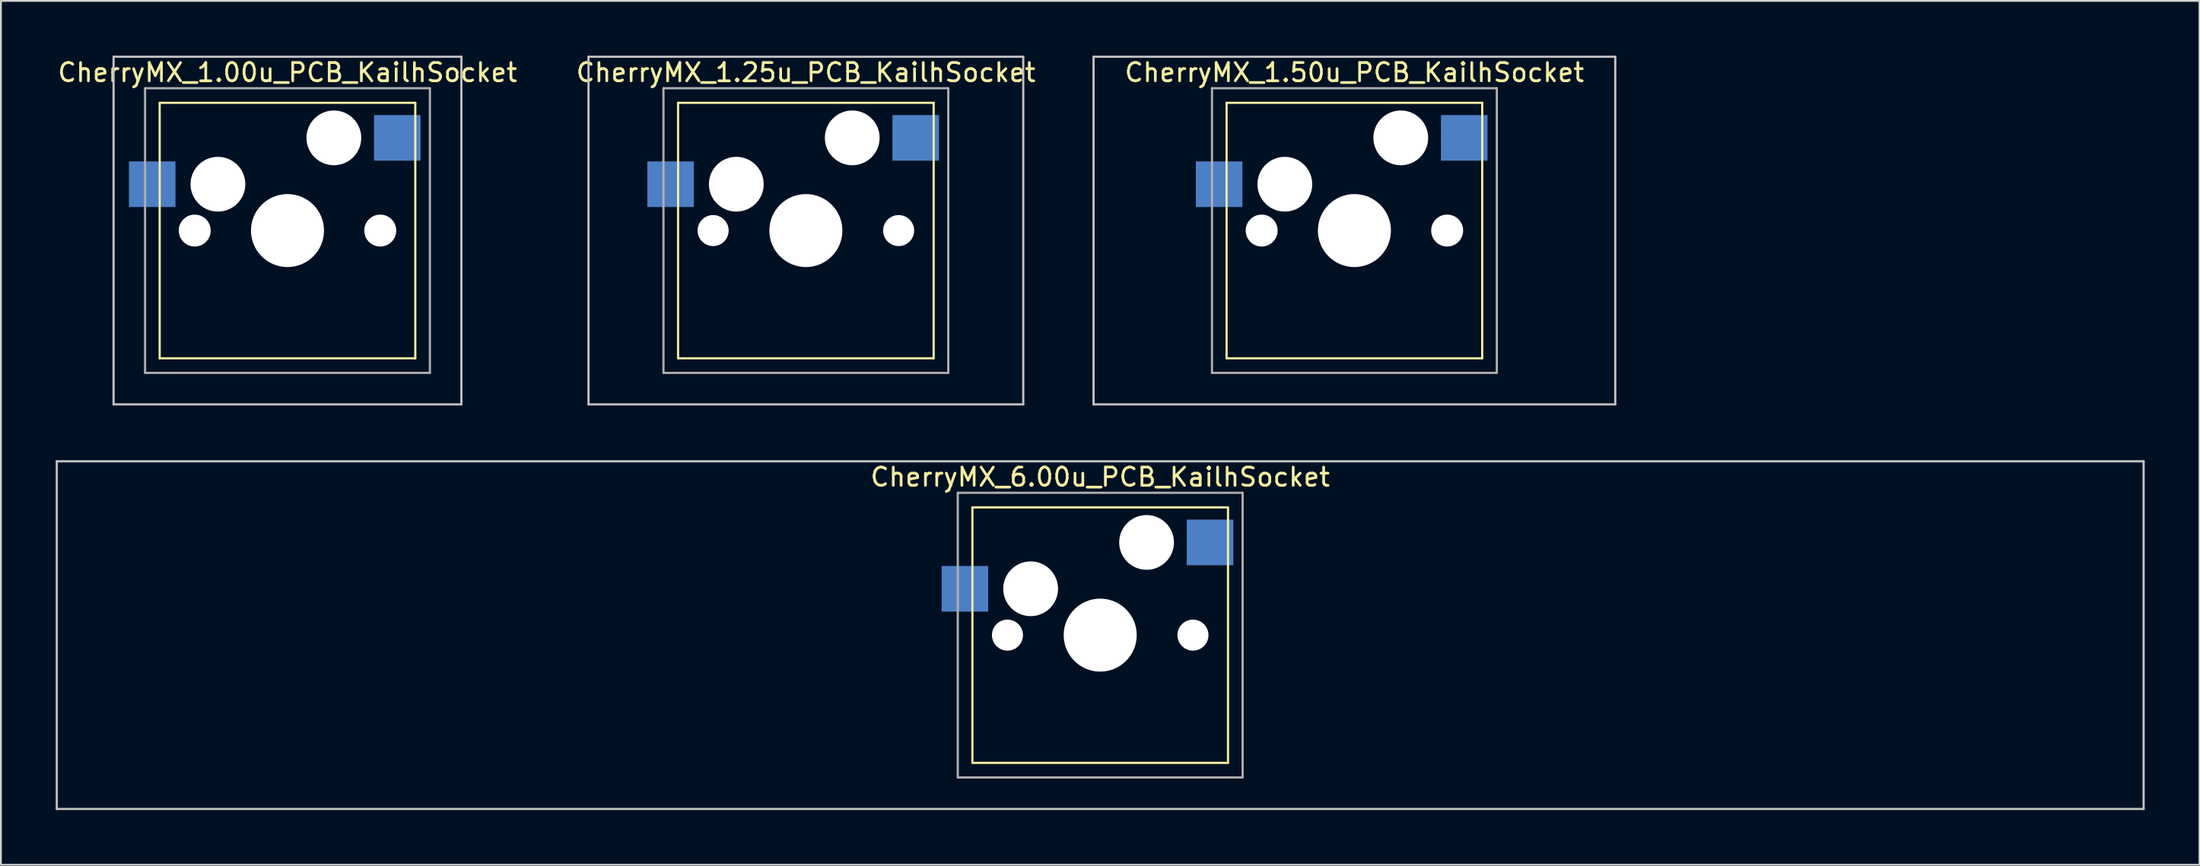
<source format=kicad_pcb>
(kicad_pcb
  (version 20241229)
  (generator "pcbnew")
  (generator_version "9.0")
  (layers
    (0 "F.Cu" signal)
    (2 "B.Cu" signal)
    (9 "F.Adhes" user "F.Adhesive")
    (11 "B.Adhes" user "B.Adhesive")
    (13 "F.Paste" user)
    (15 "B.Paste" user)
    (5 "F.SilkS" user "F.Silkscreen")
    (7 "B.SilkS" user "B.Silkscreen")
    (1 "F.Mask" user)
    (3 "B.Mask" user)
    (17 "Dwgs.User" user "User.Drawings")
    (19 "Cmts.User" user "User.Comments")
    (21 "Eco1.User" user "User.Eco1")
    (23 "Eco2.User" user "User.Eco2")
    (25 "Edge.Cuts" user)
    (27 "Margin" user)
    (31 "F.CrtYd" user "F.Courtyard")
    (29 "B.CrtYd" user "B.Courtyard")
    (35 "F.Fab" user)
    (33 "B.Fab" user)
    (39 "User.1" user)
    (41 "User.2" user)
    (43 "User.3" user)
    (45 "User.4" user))
  (footprint "CherryMX_1.00u_PCB_KailhSocket"
    (layer "F.Cu")
    (at 12.696 9.585)
    (property "Reference" "CherryMX_1.00u_PCB_KailhSocket" (at 0 -8.662 0) (layer "F.SilkS") (effects (font (size 1 1) (thickness 0.15))))
    (attr through_hole)
    (fp_line (start -7 -7) (end -7 7) (stroke (width 0.12) (type solid)) (layer "F.SilkS"))
    (fp_line (start -7 -7) (end 7 -7) (stroke (width 0.12) (type solid)) (layer "F.SilkS"))
    (fp_line (start 7 -7) (end 7 7) (stroke (width 0.12) (type solid)) (layer "F.SilkS"))
    (fp_line (start 7 7) (end -7 7) (stroke (width 0.12) (type solid)) (layer "F.SilkS"))
    (fp_line (start -9.525 -9.525) (end 9.525 -9.525) (stroke (width 0.12) (type solid)) (layer "Dwgs.User"))
    (fp_line (start -9.525 9.525) (end -9.525 -9.525) (stroke (width 0.12) (type solid)) (layer "Dwgs.User"))
    (fp_line (start 9.525 -9.525) (end 9.525 9.525) (stroke (width 0.12) (type solid)) (layer "Dwgs.User"))
    (fp_line (start 9.525 9.525) (end -9.525 9.525) (stroke (width 0.12) (type solid)) (layer "Dwgs.User"))
    (fp_line (start -7.8 -7.8) (end -7.8 7.8) (stroke (width 0.12) (type solid)) (layer "F.Fab"))
    (fp_line (start -7.8 -7.8) (end 7.8 -7.8) (stroke (width 0.12) (type solid)) (layer "F.Fab"))
    (fp_line (start -7.8 7.8) (end 7.8 7.8) (stroke (width 0.12) (type solid)) (layer "F.Fab"))
    (fp_line (start 7.8 -7.8) (end 7.8 7.8) (stroke (width 0.12) (type solid)) (layer "F.Fab"))
    (pad "" np_thru_hole circle (at -5.08 0) (size 1.75 1.75) (drill 1.75) (layers "*.Cu" "*.Mask"))
    (pad "" np_thru_hole circle (at -3.81 -2.54) (size 3 3) (drill 3) (layers "*.Cu" "*.Mask"))
    (pad "" np_thru_hole circle (at 0 0) (size 4 4) (drill 4) (layers "*.Cu" "*.Mask"))
    (pad "" np_thru_hole circle (at 2.54 -5.08) (size 3 3) (drill 3) (layers "*.Cu" "*.Mask"))
    (pad "" np_thru_hole circle (at 5.08 0) (size 1.75 1.75) (drill 1.75) (layers "*.Cu" "*.Mask"))
    (pad "1" smd rect (at -7.41 -2.54) (size 2.55 2.5) (layers "B.Cu" "B.Mask" "B.Paste"))
    (pad "2" smd rect (at 6.015 -5.08) (size 2.55 2.5) (layers "B.Cu" "B.Mask" "B.Paste")))
  (footprint "CherryMX_1.50u_PCB_KailhSocket"
    (layer "F.Cu")
    (at 71.133 9.585)
    (property "Reference" "CherryMX_1.50u_PCB_KailhSocket" (at 0 -8.662 0) (layer "F.SilkS") (effects (font (size 1 1) (thickness 0.15))))
    (attr through_hole)
    (fp_line (start -7 -7) (end -7 7) (stroke (width 0.12) (type solid)) (layer "F.SilkS"))
    (fp_line (start -7 -7) (end 7 -7) (stroke (width 0.12) (type solid)) (layer "F.SilkS"))
    (fp_line (start 7 -7) (end 7 7) (stroke (width 0.12) (type solid)) (layer "F.SilkS"))
    (fp_line (start 7 7) (end -7 7) (stroke (width 0.12) (type solid)) (layer "F.SilkS"))
    (fp_line (start -14.287 -9.525) (end 14.287 -9.525) (stroke (width 0.12) (type solid)) (layer "Dwgs.User"))
    (fp_line (start -14.287 9.525) (end -14.287 -9.525) (stroke (width 0.12) (type solid)) (layer "Dwgs.User"))
    (fp_line (start 14.287 -9.525) (end 14.287 9.525) (stroke (width 0.12) (type solid)) (layer "Dwgs.User"))
    (fp_line (start 14.287 9.525) (end -14.287 9.525) (stroke (width 0.12) (type solid)) (layer "Dwgs.User"))
    (fp_line (start -7.8 -7.8) (end -7.8 7.8) (stroke (width 0.12) (type solid)) (layer "F.Fab"))
    (fp_line (start -7.8 -7.8) (end 7.8 -7.8) (stroke (width 0.12) (type solid)) (layer "F.Fab"))
    (fp_line (start -7.8 7.8) (end 7.8 7.8) (stroke (width 0.12) (type solid)) (layer "F.Fab"))
    (fp_line (start 7.8 -7.8) (end 7.8 7.8) (stroke (width 0.12) (type solid)) (layer "F.Fab"))
    (pad "" np_thru_hole circle (at -5.08 0) (size 1.75 1.75) (drill 1.75) (layers "*.Cu" "*.Mask"))
    (pad "" np_thru_hole circle (at -3.81 -2.54) (size 3 3) (drill 3) (layers "*.Cu" "*.Mask"))
    (pad "" np_thru_hole circle (at 0 0) (size 4 4) (drill 4) (layers "*.Cu" "*.Mask"))
    (pad "" np_thru_hole circle (at 2.54 -5.08) (size 3 3) (drill 3) (layers "*.Cu" "*.Mask"))
    (pad "" np_thru_hole circle (at 5.08 0) (size 1.75 1.75) (drill 1.75) (layers "*.Cu" "*.Mask"))
    (pad "1" smd rect (at -7.41 -2.54) (size 2.55 2.5) (layers "B.Cu" "B.Mask" "B.Paste"))
    (pad "2" smd rect (at 6.015 -5.08) (size 2.55 2.5) (layers "B.Cu" "B.Mask" "B.Paste")))
  (footprint "CherryMX_1.25u_PCB_KailhSocket"
    (layer "F.Cu")
    (at 41.089 9.585)
    (property "Reference" "CherryMX_1.25u_PCB_KailhSocket" (at 0 -8.662 0) (layer "F.SilkS") (effects (font (size 1 1) (thickness 0.15))))
    (attr through_hole)
    (fp_line (start -7 -7) (end -7 7) (stroke (width 0.12) (type solid)) (layer "F.SilkS"))
    (fp_line (start -7 -7) (end 7 -7) (stroke (width 0.12) (type solid)) (layer "F.SilkS"))
    (fp_line (start 7 -7) (end 7 7) (stroke (width 0.12) (type solid)) (layer "F.SilkS"))
    (fp_line (start 7 7) (end -7 7) (stroke (width 0.12) (type solid)) (layer "F.SilkS"))
    (fp_line (start -11.906 -9.525) (end 11.906 -9.525) (stroke (width 0.12) (type solid)) (layer "Dwgs.User"))
    (fp_line (start -11.906 9.525) (end -11.906 -9.525) (stroke (width 0.12) (type solid)) (layer "Dwgs.User"))
    (fp_line (start 11.906 -9.525) (end 11.906 9.525) (stroke (width 0.12) (type solid)) (layer "Dwgs.User"))
    (fp_line (start 11.906 9.525) (end -11.906 9.525) (stroke (width 0.12) (type solid)) (layer "Dwgs.User"))
    (fp_line (start -7.8 -7.8) (end -7.8 7.8) (stroke (width 0.12) (type solid)) (layer "F.Fab"))
    (fp_line (start -7.8 -7.8) (end 7.8 -7.8) (stroke (width 0.12) (type solid)) (layer "F.Fab"))
    (fp_line (start -7.8 7.8) (end 7.8 7.8) (stroke (width 0.12) (type solid)) (layer "F.Fab"))
    (fp_line (start 7.8 -7.8) (end 7.8 7.8) (stroke (width 0.12) (type solid)) (layer "F.Fab"))
    (pad "" np_thru_hole circle (at -5.08 0) (size 1.7 1.7) (drill 1.7) (layers "*.Cu" "*.Mask"))
    (pad "" np_thru_hole circle (at -3.81 -2.54) (size 3 3) (drill 3) (layers "*.Cu" "*.Mask"))
    (pad "" np_thru_hole circle (at 0 0) (size 4 4) (drill 4) (layers "*.Cu" "*.Mask"))
    (pad "" np_thru_hole circle (at 2.54 -5.08) (size 3 3) (drill 3) (layers "*.Cu" "*.Mask"))
    (pad "" np_thru_hole circle (at 5.08 0) (size 1.7 1.7) (drill 1.7) (layers "*.Cu" "*.Mask"))
    (pad "1" smd rect (at -7.41 -2.54) (size 2.55 2.5) (layers "B.Cu" "B.Mask" "B.Paste"))
    (pad "2" smd rect (at 6.015 -5.08) (size 2.55 2.5) (layers "B.Cu" "B.Mask" "B.Paste")))
  (footprint "CherryMX_6.00u_PCB_KailhSocket"
    (layer "F.Cu")
    (at 57.21 31.755)
    (property "Reference" "CherryMX_6.00u_PCB_KailhSocket" (at 0 -8.662 0) (layer "F.SilkS") (effects (font (size 1 1) (thickness 0.15))))
    (attr through_hole)
    (fp_line (start -7 -7) (end -7 7) (stroke (width 0.12) (type solid)) (layer "F.SilkS"))
    (fp_line (start -7 -7) (end 7 -7) (stroke (width 0.12) (type solid)) (layer "F.SilkS"))
    (fp_line (start 7 -7) (end 7 7) (stroke (width 0.12) (type solid)) (layer "F.SilkS"))
    (fp_line (start 7 7) (end -7 7) (stroke (width 0.12) (type solid)) (layer "F.SilkS"))
    (fp_line (start -57.15 -9.525) (end 57.15 -9.525) (stroke (width 0.12) (type solid)) (layer "Dwgs.User"))
    (fp_line (start -57.15 9.525) (end -57.15 -9.525) (stroke (width 0.12) (type solid)) (layer "Dwgs.User"))
    (fp_line (start 57.15 -9.525) (end 57.15 9.525) (stroke (width 0.12) (type solid)) (layer "Dwgs.User"))
    (fp_line (start 57.15 9.525) (end -57.15 9.525) (stroke (width 0.12) (type solid)) (layer "Dwgs.User"))
    (fp_line (start -7.8 -7.8) (end -7.8 7.8) (stroke (width 0.12) (type solid)) (layer "F.Fab"))
    (fp_line (start -7.8 -7.8) (end 7.8 -7.8) (stroke (width 0.12) (type solid)) (layer "F.Fab"))
    (fp_line (start -7.8 7.8) (end 7.8 7.8) (stroke (width 0.12) (type solid)) (layer "F.Fab"))
    (fp_line (start 7.8 -7.8) (end 7.8 7.8) (stroke (width 0.12) (type solid)) (layer "F.Fab"))
    (pad "" np_thru_hole circle (at -5.08 0) (size 1.7 1.7) (drill 1.7) (layers "*.Cu" "*.Mask"))
    (pad "" np_thru_hole circle (at -3.81 -2.54) (size 3 3) (drill 3) (layers "*.Cu" "*.Mask"))
    (pad "" np_thru_hole circle (at 0 0) (size 4 4) (drill 4) (layers "*.Cu" "*.Mask"))
    (pad "" np_thru_hole circle (at 2.54 -5.08) (size 3 3) (drill 3) (layers "*.Cu" "*.Mask"))
    (pad "" np_thru_hole circle (at 5.08 0) (size 1.7 1.7) (drill 1.7) (layers "*.Cu" "*.Mask"))
    (pad "1" smd rect (at -7.41 -2.54) (size 2.55 2.5) (layers "B.Cu" "B.Mask" "B.Paste"))
    (pad "2" smd rect (at 6.015 -5.08) (size 2.55 2.5) (layers "B.Cu" "B.Mask" "B.Paste")))
  (gr_rect
    (start -3 -3)
    (end 117.42 44.34)
    (stroke (width 0.1) (type default))
    (fill no)
    (layer "Edge.Cuts")))
</source>
